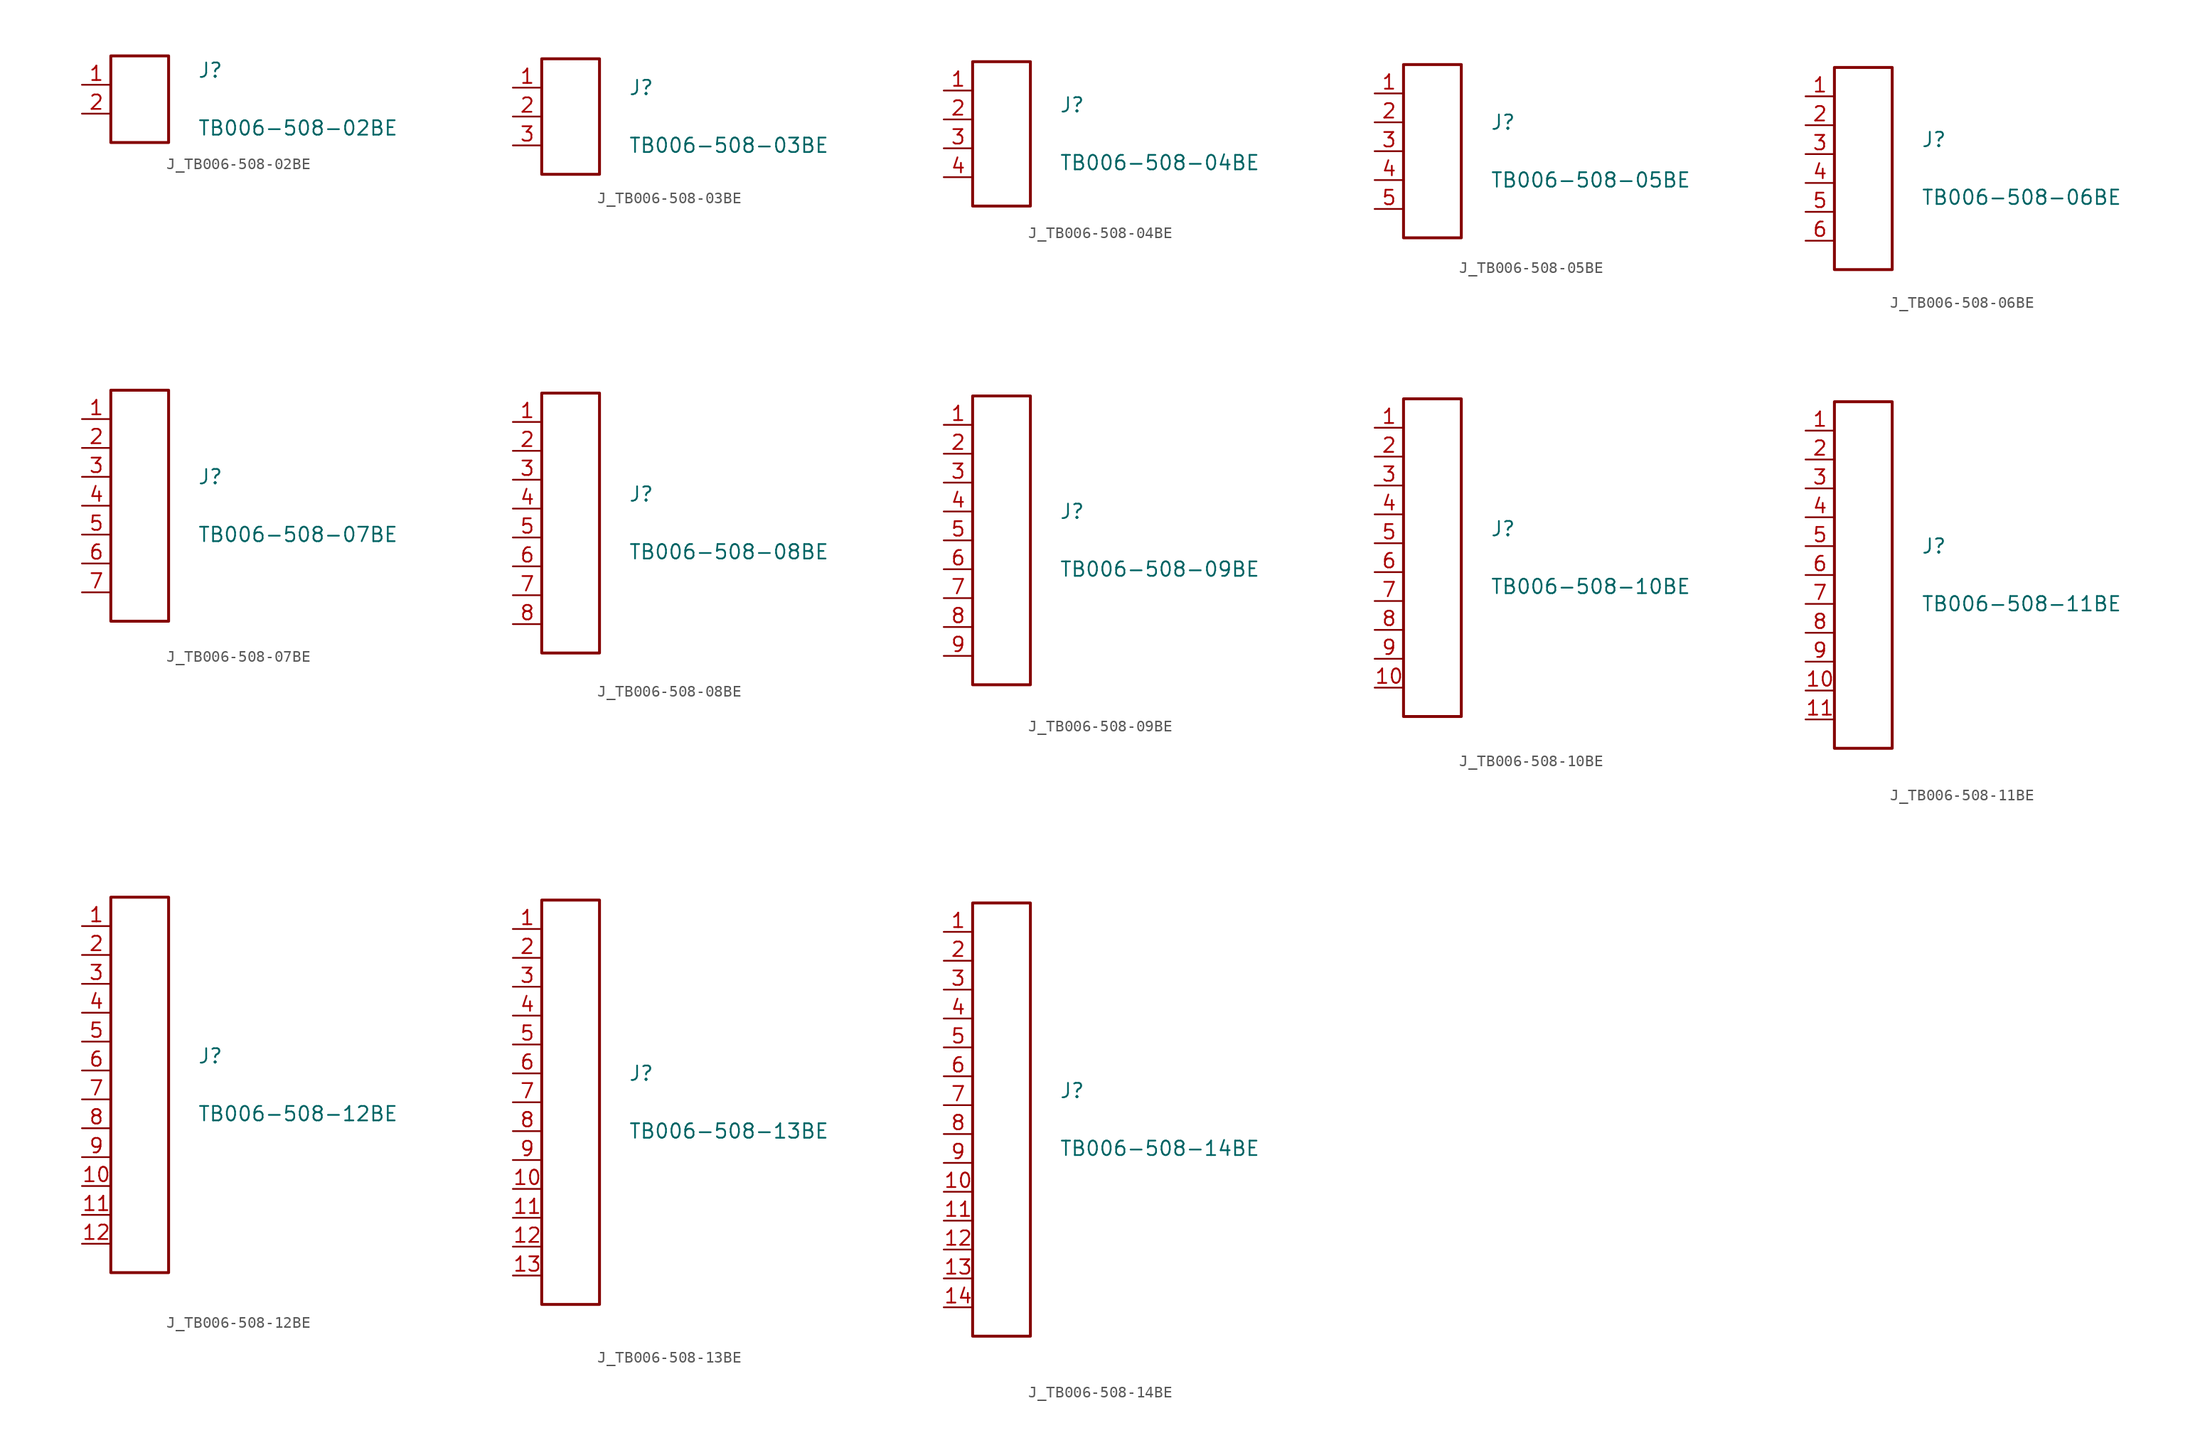
<source format=kicad_sym>
(kicad_symbol_lib
  (version 20231120)
  (generator kicad_symbol_editor)
  (generator_version 8.0)
  (symbol "J_TB006-508-02BE"
    (pin_names
      (offset 0.254))
    (property "Reference" "J"
      (at 5.08 2.54 0)
      (effects (font (size 1.27 1.27)) (justify left)))
    (property "Value" "TB006-508-02BE"
      (at 5.08 -2.54 0)
      (effects (font (size 1.27 1.27)) (justify left)))
    (symbol "J_TB006-508-02BE_0_0"
      (pin unspecified line (at -5.08 1.27 0) (length 2.54) (name "" (effects (font (size 1.27 1.27)))) (number "1" (effects (font (size 1.27 1.27)))))
      (pin unspecified line (at -5.08 -1.27 0) (length 2.54) (name "" (effects (font (size 1.27 1.27)))) (number "2" (effects (font (size 1.27 1.27))))))
    (symbol "J_TB006-508-02BE_1_0"
      (rectangle (start -2.54 3.81) (end 2.54 -3.81) (stroke (width 0.254) (type solid)) (fill (type none)))))
  (symbol "J_TB006-508-03BE"
    (pin_names
      (offset 0.254))
    (property "Reference" "J"
      (at 5.08 2.54 0)
      (effects (font (size 1.27 1.27)) (justify left)))
    (property "Value" "TB006-508-03BE"
      (at 5.08 -2.54 0)
      (effects (font (size 1.27 1.27)) (justify left)))
    (symbol "J_TB006-508-03BE_0_0"
      (pin unspecified line (at -5.08 2.54 0) (length 2.54) (name "" (effects (font (size 1.27 1.27)))) (number "1" (effects (font (size 1.27 1.27)))))
      (pin unspecified line (at -5.08 0.0 0) (length 2.54) (name "" (effects (font (size 1.27 1.27)))) (number "2" (effects (font (size 1.27 1.27)))))
      (pin unspecified line (at -5.08 -2.54 0) (length 2.54) (name "" (effects (font (size 1.27 1.27)))) (number "3" (effects (font (size 1.27 1.27))))))
    (symbol "J_TB006-508-03BE_1_0"
      (rectangle (start -2.54 5.08) (end 2.54 -5.08) (stroke (width 0.254) (type solid)) (fill (type none)))))
  (symbol "J_TB006-508-04BE"
    (pin_names
      (offset 0.254))
    (property "Reference" "J"
      (at 5.08 2.54 0)
      (effects (font (size 1.27 1.27)) (justify left)))
    (property "Value" "TB006-508-04BE"
      (at 5.08 -2.54 0)
      (effects (font (size 1.27 1.27)) (justify left)))
    (symbol "J_TB006-508-04BE_0_0"
      (pin unspecified line (at -5.08 3.81 0) (length 2.54) (name "" (effects (font (size 1.27 1.27)))) (number "1" (effects (font (size 1.27 1.27)))))
      (pin unspecified line (at -5.08 1.27 0) (length 2.54) (name "" (effects (font (size 1.27 1.27)))) (number "2" (effects (font (size 1.27 1.27)))))
      (pin unspecified line (at -5.08 -1.27 0) (length 2.54) (name "" (effects (font (size 1.27 1.27)))) (number "3" (effects (font (size 1.27 1.27)))))
      (pin unspecified line (at -5.08 -3.81 0) (length 2.54) (name "" (effects (font (size 1.27 1.27)))) (number "4" (effects (font (size 1.27 1.27))))))
    (symbol "J_TB006-508-04BE_1_0"
      (rectangle (start -2.54 6.35) (end 2.54 -6.35) (stroke (width 0.254) (type solid)) (fill (type none)))))
  (symbol "J_TB006-508-05BE"
    (pin_names
      (offset 0.254))
    (property "Reference" "J"
      (at 5.08 2.54 0)
      (effects (font (size 1.27 1.27)) (justify left)))
    (property "Value" "TB006-508-05BE"
      (at 5.08 -2.54 0)
      (effects (font (size 1.27 1.27)) (justify left)))
    (symbol "J_TB006-508-05BE_0_0"
      (pin unspecified line (at -5.08 5.08 0) (length 2.54) (name "" (effects (font (size 1.27 1.27)))) (number "1" (effects (font (size 1.27 1.27)))))
      (pin unspecified line (at -5.08 2.54 0) (length 2.54) (name "" (effects (font (size 1.27 1.27)))) (number "2" (effects (font (size 1.27 1.27)))))
      (pin unspecified line (at -5.08 0.0 0) (length 2.54) (name "" (effects (font (size 1.27 1.27)))) (number "3" (effects (font (size 1.27 1.27)))))
      (pin unspecified line (at -5.08 -2.54 0) (length 2.54) (name "" (effects (font (size 1.27 1.27)))) (number "4" (effects (font (size 1.27 1.27)))))
      (pin unspecified line (at -5.08 -5.08 0) (length 2.54) (name "" (effects (font (size 1.27 1.27)))) (number "5" (effects (font (size 1.27 1.27))))))
    (symbol "J_TB006-508-05BE_1_0"
      (rectangle (start -2.54 7.62) (end 2.54 -7.62) (stroke (width 0.254) (type solid)) (fill (type none)))))
  (symbol "J_TB006-508-06BE"
    (pin_names
      (offset 0.254))
    (property "Reference" "J"
      (at 5.08 2.54 0)
      (effects (font (size 1.27 1.27)) (justify left)))
    (property "Value" "TB006-508-06BE"
      (at 5.08 -2.54 0)
      (effects (font (size 1.27 1.27)) (justify left)))
    (symbol "J_TB006-508-06BE_0_0"
      (pin unspecified line (at -5.08 6.35 0) (length 2.54) (name "" (effects (font (size 1.27 1.27)))) (number "1" (effects (font (size 1.27 1.27)))))
      (pin unspecified line (at -5.08 3.81 0) (length 2.54) (name "" (effects (font (size 1.27 1.27)))) (number "2" (effects (font (size 1.27 1.27)))))
      (pin unspecified line (at -5.08 1.27 0) (length 2.54) (name "" (effects (font (size 1.27 1.27)))) (number "3" (effects (font (size 1.27 1.27)))))
      (pin unspecified line (at -5.08 -1.27 0) (length 2.54) (name "" (effects (font (size 1.27 1.27)))) (number "4" (effects (font (size 1.27 1.27)))))
      (pin unspecified line (at -5.08 -3.81 0) (length 2.54) (name "" (effects (font (size 1.27 1.27)))) (number "5" (effects (font (size 1.27 1.27)))))
      (pin unspecified line (at -5.08 -6.35 0) (length 2.54) (name "" (effects (font (size 1.27 1.27)))) (number "6" (effects (font (size 1.27 1.27))))))
    (symbol "J_TB006-508-06BE_1_0"
      (rectangle (start -2.54 8.89) (end 2.54 -8.89) (stroke (width 0.254) (type solid)) (fill (type none)))))
  (symbol "J_TB006-508-07BE"
    (pin_names
      (offset 0.254))
    (property "Reference" "J"
      (at 5.08 2.54 0)
      (effects (font (size 1.27 1.27)) (justify left)))
    (property "Value" "TB006-508-07BE"
      (at 5.08 -2.54 0)
      (effects (font (size 1.27 1.27)) (justify left)))
    (symbol "J_TB006-508-07BE_0_0"
      (pin unspecified line (at -5.08 7.62 0) (length 2.54) (name "" (effects (font (size 1.27 1.27)))) (number "1" (effects (font (size 1.27 1.27)))))
      (pin unspecified line (at -5.08 5.08 0) (length 2.54) (name "" (effects (font (size 1.27 1.27)))) (number "2" (effects (font (size 1.27 1.27)))))
      (pin unspecified line (at -5.08 2.54 0) (length 2.54) (name "" (effects (font (size 1.27 1.27)))) (number "3" (effects (font (size 1.27 1.27)))))
      (pin unspecified line (at -5.08 0.0 0) (length 2.54) (name "" (effects (font (size 1.27 1.27)))) (number "4" (effects (font (size 1.27 1.27)))))
      (pin unspecified line (at -5.08 -2.54 0) (length 2.54) (name "" (effects (font (size 1.27 1.27)))) (number "5" (effects (font (size 1.27 1.27)))))
      (pin unspecified line (at -5.08 -5.08 0) (length 2.54) (name "" (effects (font (size 1.27 1.27)))) (number "6" (effects (font (size 1.27 1.27)))))
      (pin unspecified line (at -5.08 -7.62 0) (length 2.54) (name "" (effects (font (size 1.27 1.27)))) (number "7" (effects (font (size 1.27 1.27))))))
    (symbol "J_TB006-508-07BE_1_0"
      (rectangle (start -2.54 10.16) (end 2.54 -10.16) (stroke (width 0.254) (type solid)) (fill (type none)))))
  (symbol "J_TB006-508-08BE"
    (pin_names
      (offset 0.254))
    (property "Reference" "J"
      (at 5.08 2.54 0)
      (effects (font (size 1.27 1.27)) (justify left)))
    (property "Value" "TB006-508-08BE"
      (at 5.08 -2.54 0)
      (effects (font (size 1.27 1.27)) (justify left)))
    (symbol "J_TB006-508-08BE_0_0"
      (pin unspecified line (at -5.08 8.89 0) (length 2.54) (name "" (effects (font (size 1.27 1.27)))) (number "1" (effects (font (size 1.27 1.27)))))
      (pin unspecified line (at -5.08 6.35 0) (length 2.54) (name "" (effects (font (size 1.27 1.27)))) (number "2" (effects (font (size 1.27 1.27)))))
      (pin unspecified line (at -5.08 3.81 0) (length 2.54) (name "" (effects (font (size 1.27 1.27)))) (number "3" (effects (font (size 1.27 1.27)))))
      (pin unspecified line (at -5.08 1.27 0) (length 2.54) (name "" (effects (font (size 1.27 1.27)))) (number "4" (effects (font (size 1.27 1.27)))))
      (pin unspecified line (at -5.08 -1.27 0) (length 2.54) (name "" (effects (font (size 1.27 1.27)))) (number "5" (effects (font (size 1.27 1.27)))))
      (pin unspecified line (at -5.08 -3.81 0) (length 2.54) (name "" (effects (font (size 1.27 1.27)))) (number "6" (effects (font (size 1.27 1.27)))))
      (pin unspecified line (at -5.08 -6.35 0) (length 2.54) (name "" (effects (font (size 1.27 1.27)))) (number "7" (effects (font (size 1.27 1.27)))))
      (pin unspecified line (at -5.08 -8.89 0) (length 2.54) (name "" (effects (font (size 1.27 1.27)))) (number "8" (effects (font (size 1.27 1.27))))))
    (symbol "J_TB006-508-08BE_1_0"
      (rectangle (start -2.54 11.43) (end 2.54 -11.43) (stroke (width 0.254) (type solid)) (fill (type none)))))
  (symbol "J_TB006-508-09BE"
    (pin_names
      (offset 0.254))
    (property "Reference" "J"
      (at 5.08 2.54 0)
      (effects (font (size 1.27 1.27)) (justify left)))
    (property "Value" "TB006-508-09BE"
      (at 5.08 -2.54 0)
      (effects (font (size 1.27 1.27)) (justify left)))
    (symbol "J_TB006-508-09BE_0_0"
      (pin unspecified line (at -5.08 10.16 0) (length 2.54) (name "" (effects (font (size 1.27 1.27)))) (number "1" (effects (font (size 1.27 1.27)))))
      (pin unspecified line (at -5.08 7.62 0) (length 2.54) (name "" (effects (font (size 1.27 1.27)))) (number "2" (effects (font (size 1.27 1.27)))))
      (pin unspecified line (at -5.08 5.08 0) (length 2.54) (name "" (effects (font (size 1.27 1.27)))) (number "3" (effects (font (size 1.27 1.27)))))
      (pin unspecified line (at -5.08 2.54 0) (length 2.54) (name "" (effects (font (size 1.27 1.27)))) (number "4" (effects (font (size 1.27 1.27)))))
      (pin unspecified line (at -5.08 0.0 0) (length 2.54) (name "" (effects (font (size 1.27 1.27)))) (number "5" (effects (font (size 1.27 1.27)))))
      (pin unspecified line (at -5.08 -2.54 0) (length 2.54) (name "" (effects (font (size 1.27 1.27)))) (number "6" (effects (font (size 1.27 1.27)))))
      (pin unspecified line (at -5.08 -5.08 0) (length 2.54) (name "" (effects (font (size 1.27 1.27)))) (number "7" (effects (font (size 1.27 1.27)))))
      (pin unspecified line (at -5.08 -7.62 0) (length 2.54) (name "" (effects (font (size 1.27 1.27)))) (number "8" (effects (font (size 1.27 1.27)))))
      (pin unspecified line (at -5.08 -10.16 0) (length 2.54) (name "" (effects (font (size 1.27 1.27)))) (number "9" (effects (font (size 1.27 1.27))))))
    (symbol "J_TB006-508-09BE_1_0"
      (rectangle (start -2.54 12.7) (end 2.54 -12.7) (stroke (width 0.254) (type solid)) (fill (type none)))))
  (symbol "J_TB006-508-10BE"
    (pin_names
      (offset 0.254))
    (property "Reference" "J"
      (at 5.08 2.54 0)
      (effects (font (size 1.27 1.27)) (justify left)))
    (property "Value" "TB006-508-10BE"
      (at 5.08 -2.54 0)
      (effects (font (size 1.27 1.27)) (justify left)))
    (symbol "J_TB006-508-10BE_0_0"
      (pin unspecified line (at -5.08 11.43 0) (length 2.54) (name "" (effects (font (size 1.27 1.27)))) (number "1" (effects (font (size 1.27 1.27)))))
      (pin unspecified line (at -5.08 8.89 0) (length 2.54) (name "" (effects (font (size 1.27 1.27)))) (number "2" (effects (font (size 1.27 1.27)))))
      (pin unspecified line (at -5.08 6.35 0) (length 2.54) (name "" (effects (font (size 1.27 1.27)))) (number "3" (effects (font (size 1.27 1.27)))))
      (pin unspecified line (at -5.08 3.81 0) (length 2.54) (name "" (effects (font (size 1.27 1.27)))) (number "4" (effects (font (size 1.27 1.27)))))
      (pin unspecified line (at -5.08 1.27 0) (length 2.54) (name "" (effects (font (size 1.27 1.27)))) (number "5" (effects (font (size 1.27 1.27)))))
      (pin unspecified line (at -5.08 -1.27 0) (length 2.54) (name "" (effects (font (size 1.27 1.27)))) (number "6" (effects (font (size 1.27 1.27)))))
      (pin unspecified line (at -5.08 -3.81 0) (length 2.54) (name "" (effects (font (size 1.27 1.27)))) (number "7" (effects (font (size 1.27 1.27)))))
      (pin unspecified line (at -5.08 -6.35 0) (length 2.54) (name "" (effects (font (size 1.27 1.27)))) (number "8" (effects (font (size 1.27 1.27)))))
      (pin unspecified line (at -5.08 -8.89 0) (length 2.54) (name "" (effects (font (size 1.27 1.27)))) (number "9" (effects (font (size 1.27 1.27)))))
      (pin unspecified line (at -5.08 -11.43 0) (length 2.54) (name "" (effects (font (size 1.27 1.27)))) (number "10" (effects (font (size 1.27 1.27))))))
    (symbol "J_TB006-508-10BE_1_0"
      (rectangle (start -2.54 13.97) (end 2.54 -13.97) (stroke (width 0.254) (type solid)) (fill (type none)))))
  (symbol "J_TB006-508-11BE"
    (pin_names
      (offset 0.254))
    (property "Reference" "J"
      (at 5.08 2.54 0)
      (effects (font (size 1.27 1.27)) (justify left)))
    (property "Value" "TB006-508-11BE"
      (at 5.08 -2.54 0)
      (effects (font (size 1.27 1.27)) (justify left)))
    (symbol "J_TB006-508-11BE_0_0"
      (pin unspecified line (at -5.08 12.7 0) (length 2.54) (name "" (effects (font (size 1.27 1.27)))) (number "1" (effects (font (size 1.27 1.27)))))
      (pin unspecified line (at -5.08 10.16 0) (length 2.54) (name "" (effects (font (size 1.27 1.27)))) (number "2" (effects (font (size 1.27 1.27)))))
      (pin unspecified line (at -5.08 7.62 0) (length 2.54) (name "" (effects (font (size 1.27 1.27)))) (number "3" (effects (font (size 1.27 1.27)))))
      (pin unspecified line (at -5.08 5.08 0) (length 2.54) (name "" (effects (font (size 1.27 1.27)))) (number "4" (effects (font (size 1.27 1.27)))))
      (pin unspecified line (at -5.08 2.54 0) (length 2.54) (name "" (effects (font (size 1.27 1.27)))) (number "5" (effects (font (size 1.27 1.27)))))
      (pin unspecified line (at -5.08 0.0 0) (length 2.54) (name "" (effects (font (size 1.27 1.27)))) (number "6" (effects (font (size 1.27 1.27)))))
      (pin unspecified line (at -5.08 -2.54 0) (length 2.54) (name "" (effects (font (size 1.27 1.27)))) (number "7" (effects (font (size 1.27 1.27)))))
      (pin unspecified line (at -5.08 -5.08 0) (length 2.54) (name "" (effects (font (size 1.27 1.27)))) (number "8" (effects (font (size 1.27 1.27)))))
      (pin unspecified line (at -5.08 -7.62 0) (length 2.54) (name "" (effects (font (size 1.27 1.27)))) (number "9" (effects (font (size 1.27 1.27)))))
      (pin unspecified line (at -5.08 -10.16 0) (length 2.54) (name "" (effects (font (size 1.27 1.27)))) (number "10" (effects (font (size 1.27 1.27)))))
      (pin unspecified line (at -5.08 -12.7 0) (length 2.54) (name "" (effects (font (size 1.27 1.27)))) (number "11" (effects (font (size 1.27 1.27))))))
    (symbol "J_TB006-508-11BE_1_0"
      (rectangle (start -2.54 15.24) (end 2.54 -15.24) (stroke (width 0.254) (type solid)) (fill (type none)))))
  (symbol "J_TB006-508-12BE"
    (pin_names
      (offset 0.254))
    (property "Reference" "J"
      (at 5.08 2.54 0)
      (effects (font (size 1.27 1.27)) (justify left)))
    (property "Value" "TB006-508-12BE"
      (at 5.08 -2.54 0)
      (effects (font (size 1.27 1.27)) (justify left)))
    (symbol "J_TB006-508-12BE_0_0"
      (pin unspecified line (at -5.08 13.97 0) (length 2.54) (name "" (effects (font (size 1.27 1.27)))) (number "1" (effects (font (size 1.27 1.27)))))
      (pin unspecified line (at -5.08 11.43 0) (length 2.54) (name "" (effects (font (size 1.27 1.27)))) (number "2" (effects (font (size 1.27 1.27)))))
      (pin unspecified line (at -5.08 8.89 0) (length 2.54) (name "" (effects (font (size 1.27 1.27)))) (number "3" (effects (font (size 1.27 1.27)))))
      (pin unspecified line (at -5.08 6.35 0) (length 2.54) (name "" (effects (font (size 1.27 1.27)))) (number "4" (effects (font (size 1.27 1.27)))))
      (pin unspecified line (at -5.08 3.81 0) (length 2.54) (name "" (effects (font (size 1.27 1.27)))) (number "5" (effects (font (size 1.27 1.27)))))
      (pin unspecified line (at -5.08 1.27 0) (length 2.54) (name "" (effects (font (size 1.27 1.27)))) (number "6" (effects (font (size 1.27 1.27)))))
      (pin unspecified line (at -5.08 -1.27 0) (length 2.54) (name "" (effects (font (size 1.27 1.27)))) (number "7" (effects (font (size 1.27 1.27)))))
      (pin unspecified line (at -5.08 -3.81 0) (length 2.54) (name "" (effects (font (size 1.27 1.27)))) (number "8" (effects (font (size 1.27 1.27)))))
      (pin unspecified line (at -5.08 -6.35 0) (length 2.54) (name "" (effects (font (size 1.27 1.27)))) (number "9" (effects (font (size 1.27 1.27)))))
      (pin unspecified line (at -5.08 -8.89 0) (length 2.54) (name "" (effects (font (size 1.27 1.27)))) (number "10" (effects (font (size 1.27 1.27)))))
      (pin unspecified line (at -5.08 -11.43 0) (length 2.54) (name "" (effects (font (size 1.27 1.27)))) (number "11" (effects (font (size 1.27 1.27)))))
      (pin unspecified line (at -5.08 -13.97 0) (length 2.54) (name "" (effects (font (size 1.27 1.27)))) (number "12" (effects (font (size 1.27 1.27))))))
    (symbol "J_TB006-508-12BE_1_0"
      (rectangle (start -2.54 16.51) (end 2.54 -16.51) (stroke (width 0.254) (type solid)) (fill (type none)))))
  (symbol "J_TB006-508-13BE"
    (pin_names
      (offset 0.254))
    (property "Reference" "J"
      (at 5.08 2.54 0)
      (effects (font (size 1.27 1.27)) (justify left)))
    (property "Value" "TB006-508-13BE"
      (at 5.08 -2.54 0)
      (effects (font (size 1.27 1.27)) (justify left)))
    (symbol "J_TB006-508-13BE_0_0"
      (pin unspecified line (at -5.08 15.24 0) (length 2.54) (name "" (effects (font (size 1.27 1.27)))) (number "1" (effects (font (size 1.27 1.27)))))
      (pin unspecified line (at -5.08 12.7 0) (length 2.54) (name "" (effects (font (size 1.27 1.27)))) (number "2" (effects (font (size 1.27 1.27)))))
      (pin unspecified line (at -5.08 10.16 0) (length 2.54) (name "" (effects (font (size 1.27 1.27)))) (number "3" (effects (font (size 1.27 1.27)))))
      (pin unspecified line (at -5.08 7.62 0) (length 2.54) (name "" (effects (font (size 1.27 1.27)))) (number "4" (effects (font (size 1.27 1.27)))))
      (pin unspecified line (at -5.08 5.08 0) (length 2.54) (name "" (effects (font (size 1.27 1.27)))) (number "5" (effects (font (size 1.27 1.27)))))
      (pin unspecified line (at -5.08 2.54 0) (length 2.54) (name "" (effects (font (size 1.27 1.27)))) (number "6" (effects (font (size 1.27 1.27)))))
      (pin unspecified line (at -5.08 0.0 0) (length 2.54) (name "" (effects (font (size 1.27 1.27)))) (number "7" (effects (font (size 1.27 1.27)))))
      (pin unspecified line (at -5.08 -2.54 0) (length 2.54) (name "" (effects (font (size 1.27 1.27)))) (number "8" (effects (font (size 1.27 1.27)))))
      (pin unspecified line (at -5.08 -5.08 0) (length 2.54) (name "" (effects (font (size 1.27 1.27)))) (number "9" (effects (font (size 1.27 1.27)))))
      (pin unspecified line (at -5.08 -7.62 0) (length 2.54) (name "" (effects (font (size 1.27 1.27)))) (number "10" (effects (font (size 1.27 1.27)))))
      (pin unspecified line (at -5.08 -10.16 0) (length 2.54) (name "" (effects (font (size 1.27 1.27)))) (number "11" (effects (font (size 1.27 1.27)))))
      (pin unspecified line (at -5.08 -12.7 0) (length 2.54) (name "" (effects (font (size 1.27 1.27)))) (number "12" (effects (font (size 1.27 1.27)))))
      (pin unspecified line (at -5.08 -15.24 0) (length 2.54) (name "" (effects (font (size 1.27 1.27)))) (number "13" (effects (font (size 1.27 1.27))))))
    (symbol "J_TB006-508-13BE_1_0"
      (rectangle (start -2.54 17.78) (end 2.54 -17.78) (stroke (width 0.254) (type solid)) (fill (type none)))))
  (symbol "J_TB006-508-14BE"
    (pin_names
      (offset 0.254))
    (property "Reference" "J"
      (at 5.08 2.54 0)
      (effects (font (size 1.27 1.27)) (justify left)))
    (property "Value" "TB006-508-14BE"
      (at 5.08 -2.54 0)
      (effects (font (size 1.27 1.27)) (justify left)))
    (symbol "J_TB006-508-14BE_0_0"
      (pin unspecified line (at -5.08 16.51 0) (length 2.54) (name "" (effects (font (size 1.27 1.27)))) (number "1" (effects (font (size 1.27 1.27)))))
      (pin unspecified line (at -5.08 13.97 0) (length 2.54) (name "" (effects (font (size 1.27 1.27)))) (number "2" (effects (font (size 1.27 1.27)))))
      (pin unspecified line (at -5.08 11.43 0) (length 2.54) (name "" (effects (font (size 1.27 1.27)))) (number "3" (effects (font (size 1.27 1.27)))))
      (pin unspecified line (at -5.08 8.89 0) (length 2.54) (name "" (effects (font (size 1.27 1.27)))) (number "4" (effects (font (size 1.27 1.27)))))
      (pin unspecified line (at -5.08 6.35 0) (length 2.54) (name "" (effects (font (size 1.27 1.27)))) (number "5" (effects (font (size 1.27 1.27)))))
      (pin unspecified line (at -5.08 3.81 0) (length 2.54) (name "" (effects (font (size 1.27 1.27)))) (number "6" (effects (font (size 1.27 1.27)))))
      (pin unspecified line (at -5.08 1.27 0) (length 2.54) (name "" (effects (font (size 1.27 1.27)))) (number "7" (effects (font (size 1.27 1.27)))))
      (pin unspecified line (at -5.08 -1.27 0) (length 2.54) (name "" (effects (font (size 1.27 1.27)))) (number "8" (effects (font (size 1.27 1.27)))))
      (pin unspecified line (at -5.08 -3.81 0) (length 2.54) (name "" (effects (font (size 1.27 1.27)))) (number "9" (effects (font (size 1.27 1.27)))))
      (pin unspecified line (at -5.08 -6.35 0) (length 2.54) (name "" (effects (font (size 1.27 1.27)))) (number "10" (effects (font (size 1.27 1.27)))))
      (pin unspecified line (at -5.08 -8.89 0) (length 2.54) (name "" (effects (font (size 1.27 1.27)))) (number "11" (effects (font (size 1.27 1.27)))))
      (pin unspecified line (at -5.08 -11.43 0) (length 2.54) (name "" (effects (font (size 1.27 1.27)))) (number "12" (effects (font (size 1.27 1.27)))))
      (pin unspecified line (at -5.08 -13.97 0) (length 2.54) (name "" (effects (font (size 1.27 1.27)))) (number "13" (effects (font (size 1.27 1.27)))))
      (pin unspecified line (at -5.08 -16.51 0) (length 2.54) (name "" (effects (font (size 1.27 1.27)))) (number "14" (effects (font (size 1.27 1.27))))))
    (symbol "J_TB006-508-14BE_1_0"
      (rectangle (start -2.54 19.05) (end 2.54 -19.05) (stroke (width 0.254) (type solid)) (fill (type none))))))
</source>
